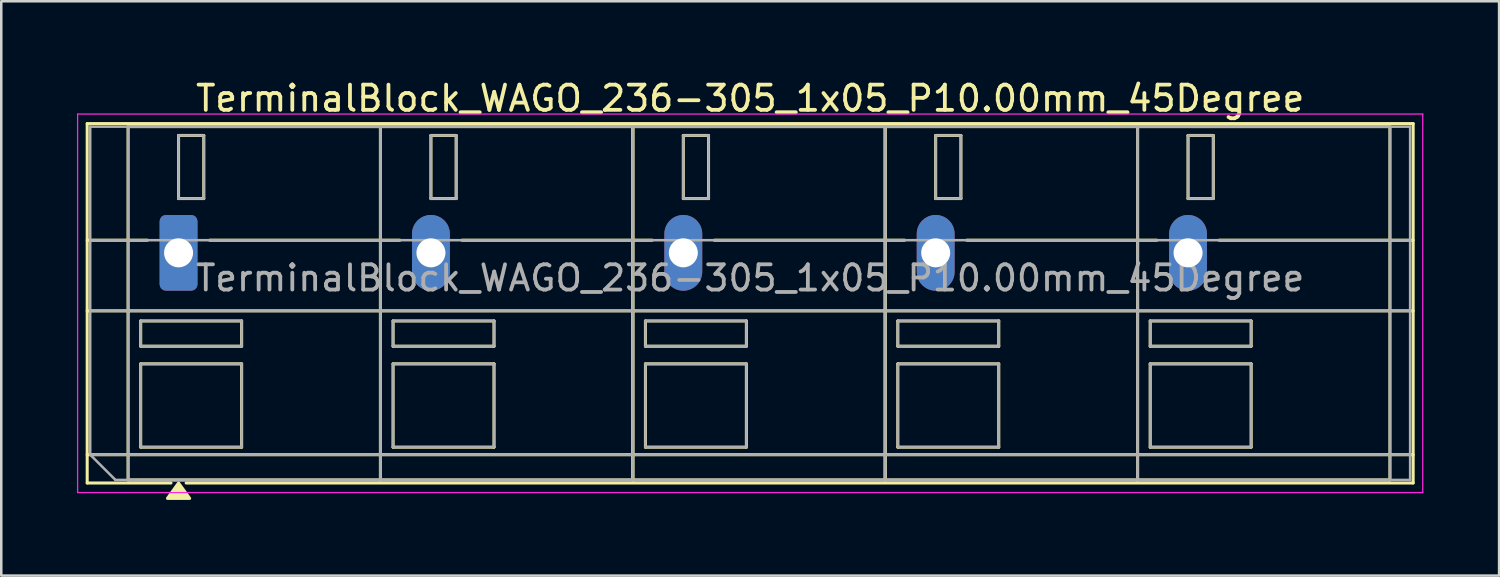
<source format=kicad_pcb>
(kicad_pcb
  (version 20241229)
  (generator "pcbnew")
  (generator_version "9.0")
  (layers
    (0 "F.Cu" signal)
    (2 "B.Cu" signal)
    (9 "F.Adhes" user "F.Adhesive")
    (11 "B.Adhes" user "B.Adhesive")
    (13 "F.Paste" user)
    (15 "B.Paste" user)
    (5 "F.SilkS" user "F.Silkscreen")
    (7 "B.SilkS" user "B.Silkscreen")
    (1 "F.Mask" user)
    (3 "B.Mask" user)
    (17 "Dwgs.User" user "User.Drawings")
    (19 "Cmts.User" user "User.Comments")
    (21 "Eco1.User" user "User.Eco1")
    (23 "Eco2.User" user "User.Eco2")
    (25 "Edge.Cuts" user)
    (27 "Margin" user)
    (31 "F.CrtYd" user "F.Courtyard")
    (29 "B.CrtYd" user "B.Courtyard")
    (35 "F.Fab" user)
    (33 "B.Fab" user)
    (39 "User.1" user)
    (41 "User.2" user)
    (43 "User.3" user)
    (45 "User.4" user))
  (footprint "TerminalBlock_WAGO_236-305_1x05_P10.00mm_45Degree"
    (layer "F.Cu")
    (at 4.025 6.968)
    (property "Reference" "TerminalBlock_WAGO_236-305_1x05_P10.00mm_45Degree" (at 22.65 -6.12 0) (layer "F.SilkS") (effects (font (size 1 1) (thickness 0.15))))
    (attr through_hole)
    (fp_line (start -3.62 -5.12) (end 48.92 -5.12) (stroke (width 0.12) (type solid)) (layer "F.SilkS"))
    (fp_line (start -3.62 -0.5) (end -1.23 -0.5) (stroke (width 0.12) (type solid)) (layer "F.SilkS"))
    (fp_line (start -3.62 2.3) (end 48.92 2.3) (stroke (width 0.12) (type solid)) (layer "F.SilkS"))
    (fp_line (start -3.62 8) (end 48.92 8) (stroke (width 0.12) (type solid)) (layer "F.SilkS"))
    (fp_line (start -3.62 9.12) (end -3.62 -5.12) (stroke (width 0.12) (type solid)) (layer "F.SilkS"))
    (fp_line (start -2 -5) (end 8 -5) (stroke (width 0.12) (type solid)) (layer "F.SilkS"))
    (fp_line (start -2 9) (end -2 -5) (stroke (width 0.12) (type solid)) (layer "F.SilkS"))
    (fp_line (start -1.5 2.7) (end 2.5 2.7) (stroke (width 0.12) (type solid)) (layer "F.SilkS"))
    (fp_line (start -1.5 3.7) (end -1.5 2.7) (stroke (width 0.12) (type solid)) (layer "F.SilkS"))
    (fp_line (start -1.5 4.4) (end 2.5 4.4) (stroke (width 0.12) (type solid)) (layer "F.SilkS"))
    (fp_line (start -1.5 7.7) (end -1.5 4.4) (stroke (width 0.12) (type solid)) (layer "F.SilkS"))
    (fp_line (start -0.3 9.12) (end -3.62 9.12) (stroke (width 0.12) (type solid)) (layer "F.SilkS"))
    (fp_line (start 0 -4.65) (end 1 -4.65) (stroke (width 0.12) (type solid)) (layer "F.SilkS"))
    (fp_line (start 0 -2.15) (end 0 -4.65) (stroke (width 0.12) (type solid)) (layer "F.SilkS"))
    (fp_line (start 1 -4.65) (end 1 -2.15) (stroke (width 0.12) (type solid)) (layer "F.SilkS"))
    (fp_line (start 1 -2.15) (end 0 -2.15) (stroke (width 0.12) (type solid)) (layer "F.SilkS"))
    (fp_line (start 1.23 -0.5) (end 8.77 -0.5) (stroke (width 0.12) (type solid)) (layer "F.SilkS"))
    (fp_line (start 2.5 2.7) (end 2.5 3.7) (stroke (width 0.12) (type solid)) (layer "F.SilkS"))
    (fp_line (start 2.5 3.7) (end -1.5 3.7) (stroke (width 0.12) (type solid)) (layer "F.SilkS"))
    (fp_line (start 2.5 4.4) (end 2.5 7.7) (stroke (width 0.12) (type solid)) (layer "F.SilkS"))
    (fp_line (start 2.5 7.7) (end -1.5 7.7) (stroke (width 0.12) (type solid)) (layer "F.SilkS"))
    (fp_line (start 8 -5) (end 8 9) (stroke (width 0.12) (type solid)) (layer "F.SilkS"))
    (fp_line (start 8 -5) (end 18 -5) (stroke (width 0.12) (type solid)) (layer "F.SilkS"))
    (fp_line (start 8 9) (end -2 9) (stroke (width 0.12) (type solid)) (layer "F.SilkS"))
    (fp_line (start 8 9) (end 8 -5) (stroke (width 0.12) (type solid)) (layer "F.SilkS"))
    (fp_line (start 8.5 2.7) (end 12.5 2.7) (stroke (width 0.12) (type solid)) (layer "F.SilkS"))
    (fp_line (start 8.5 3.7) (end 8.5 2.7) (stroke (width 0.12) (type solid)) (layer "F.SilkS"))
    (fp_line (start 8.5 4.4) (end 12.5 4.4) (stroke (width 0.12) (type solid)) (layer "F.SilkS"))
    (fp_line (start 8.5 7.7) (end 8.5 4.4) (stroke (width 0.12) (type solid)) (layer "F.SilkS"))
    (fp_line (start 10 -4.65) (end 11 -4.65) (stroke (width 0.12) (type solid)) (layer "F.SilkS"))
    (fp_line (start 10 -2.15) (end 10 -4.65) (stroke (width 0.12) (type solid)) (layer "F.SilkS"))
    (fp_line (start 11 -4.65) (end 11 -2.15) (stroke (width 0.12) (type solid)) (layer "F.SilkS"))
    (fp_line (start 11 -2.15) (end 10 -2.15) (stroke (width 0.12) (type solid)) (layer "F.SilkS"))
    (fp_line (start 11.23 -0.5) (end 18.77 -0.5) (stroke (width 0.12) (type solid)) (layer "F.SilkS"))
    (fp_line (start 12.5 2.7) (end 12.5 3.7) (stroke (width 0.12) (type solid)) (layer "F.SilkS"))
    (fp_line (start 12.5 3.7) (end 8.5 3.7) (stroke (width 0.12) (type solid)) (layer "F.SilkS"))
    (fp_line (start 12.5 4.4) (end 12.5 7.7) (stroke (width 0.12) (type solid)) (layer "F.SilkS"))
    (fp_line (start 12.5 7.7) (end 8.5 7.7) (stroke (width 0.12) (type solid)) (layer "F.SilkS"))
    (fp_line (start 18 -5) (end 18 9) (stroke (width 0.12) (type solid)) (layer "F.SilkS"))
    (fp_line (start 18 -5) (end 28 -5) (stroke (width 0.12) (type solid)) (layer "F.SilkS"))
    (fp_line (start 18 9) (end 8 9) (stroke (width 0.12) (type solid)) (layer "F.SilkS"))
    (fp_line (start 18 9) (end 18 -5) (stroke (width 0.12) (type solid)) (layer "F.SilkS"))
    (fp_line (start 18.5 2.7) (end 22.5 2.7) (stroke (width 0.12) (type solid)) (layer "F.SilkS"))
    (fp_line (start 18.5 3.7) (end 18.5 2.7) (stroke (width 0.12) (type solid)) (layer "F.SilkS"))
    (fp_line (start 18.5 4.4) (end 22.5 4.4) (stroke (width 0.12) (type solid)) (layer "F.SilkS"))
    (fp_line (start 18.5 7.7) (end 18.5 4.4) (stroke (width 0.12) (type solid)) (layer "F.SilkS"))
    (fp_line (start 20 -4.65) (end 21 -4.65) (stroke (width 0.12) (type solid)) (layer "F.SilkS"))
    (fp_line (start 20 -2.15) (end 20 -4.65) (stroke (width 0.12) (type solid)) (layer "F.SilkS"))
    (fp_line (start 21 -4.65) (end 21 -2.15) (stroke (width 0.12) (type solid)) (layer "F.SilkS"))
    (fp_line (start 21 -2.15) (end 20 -2.15) (stroke (width 0.12) (type solid)) (layer "F.SilkS"))
    (fp_line (start 21.23 -0.5) (end 28.77 -0.5) (stroke (width 0.12) (type solid)) (layer "F.SilkS"))
    (fp_line (start 22.5 2.7) (end 22.5 3.7) (stroke (width 0.12) (type solid)) (layer "F.SilkS"))
    (fp_line (start 22.5 3.7) (end 18.5 3.7) (stroke (width 0.12) (type solid)) (layer "F.SilkS"))
    (fp_line (start 22.5 4.4) (end 22.5 7.7) (stroke (width 0.12) (type solid)) (layer "F.SilkS"))
    (fp_line (start 22.5 7.7) (end 18.5 7.7) (stroke (width 0.12) (type solid)) (layer "F.SilkS"))
    (fp_line (start 28 -5) (end 28 9) (stroke (width 0.12) (type solid)) (layer "F.SilkS"))
    (fp_line (start 28 -5) (end 38 -5) (stroke (width 0.12) (type solid)) (layer "F.SilkS"))
    (fp_line (start 28 9) (end 18 9) (stroke (width 0.12) (type solid)) (layer "F.SilkS"))
    (fp_line (start 28 9) (end 28 -5) (stroke (width 0.12) (type solid)) (layer "F.SilkS"))
    (fp_line (start 28.5 2.7) (end 32.5 2.7) (stroke (width 0.12) (type solid)) (layer "F.SilkS"))
    (fp_line (start 28.5 3.7) (end 28.5 2.7) (stroke (width 0.12) (type solid)) (layer "F.SilkS"))
    (fp_line (start 28.5 4.4) (end 32.5 4.4) (stroke (width 0.12) (type solid)) (layer "F.SilkS"))
    (fp_line (start 28.5 7.7) (end 28.5 4.4) (stroke (width 0.12) (type solid)) (layer "F.SilkS"))
    (fp_line (start 30 -4.65) (end 31 -4.65) (stroke (width 0.12) (type solid)) (layer "F.SilkS"))
    (fp_line (start 30 -2.15) (end 30 -4.65) (stroke (width 0.12) (type solid)) (layer "F.SilkS"))
    (fp_line (start 31 -4.65) (end 31 -2.15) (stroke (width 0.12) (type solid)) (layer "F.SilkS"))
    (fp_line (start 31 -2.15) (end 30 -2.15) (stroke (width 0.12) (type solid)) (layer "F.SilkS"))
    (fp_line (start 31.23 -0.5) (end 38.77 -0.5) (stroke (width 0.12) (type solid)) (layer "F.SilkS"))
    (fp_line (start 32.5 2.7) (end 32.5 3.7) (stroke (width 0.12) (type solid)) (layer "F.SilkS"))
    (fp_line (start 32.5 3.7) (end 28.5 3.7) (stroke (width 0.12) (type solid)) (layer "F.SilkS"))
    (fp_line (start 32.5 4.4) (end 32.5 7.7) (stroke (width 0.12) (type solid)) (layer "F.SilkS"))
    (fp_line (start 32.5 7.7) (end 28.5 7.7) (stroke (width 0.12) (type solid)) (layer "F.SilkS"))
    (fp_line (start 38 -5) (end 38 9) (stroke (width 0.12) (type solid)) (layer "F.SilkS"))
    (fp_line (start 38 -5) (end 48 -5) (stroke (width 0.12) (type solid)) (layer "F.SilkS"))
    (fp_line (start 38 9) (end 28 9) (stroke (width 0.12) (type solid)) (layer "F.SilkS"))
    (fp_line (start 38 9) (end 38 -5) (stroke (width 0.12) (type solid)) (layer "F.SilkS"))
    (fp_line (start 38.5 2.7) (end 42.5 2.7) (stroke (width 0.12) (type solid)) (layer "F.SilkS"))
    (fp_line (start 38.5 3.7) (end 38.5 2.7) (stroke (width 0.12) (type solid)) (layer "F.SilkS"))
    (fp_line (start 38.5 4.4) (end 42.5 4.4) (stroke (width 0.12) (type solid)) (layer "F.SilkS"))
    (fp_line (start 38.5 7.7) (end 38.5 4.4) (stroke (width 0.12) (type solid)) (layer "F.SilkS"))
    (fp_line (start 40 -4.65) (end 41 -4.65) (stroke (width 0.12) (type solid)) (layer "F.SilkS"))
    (fp_line (start 40 -2.15) (end 40 -4.65) (stroke (width 0.12) (type solid)) (layer "F.SilkS"))
    (fp_line (start 41 -4.65) (end 41 -2.15) (stroke (width 0.12) (type solid)) (layer "F.SilkS"))
    (fp_line (start 41 -2.15) (end 40 -2.15) (stroke (width 0.12) (type solid)) (layer "F.SilkS"))
    (fp_line (start 41.23 -0.5) (end 48.92 -0.5) (stroke (width 0.12) (type solid)) (layer "F.SilkS"))
    (fp_line (start 42.5 2.7) (end 42.5 3.7) (stroke (width 0.12) (type solid)) (layer "F.SilkS"))
    (fp_line (start 42.5 3.7) (end 38.5 3.7) (stroke (width 0.12) (type solid)) (layer "F.SilkS"))
    (fp_line (start 42.5 4.4) (end 42.5 7.7) (stroke (width 0.12) (type solid)) (layer "F.SilkS"))
    (fp_line (start 42.5 7.7) (end 38.5 7.7) (stroke (width 0.12) (type solid)) (layer "F.SilkS"))
    (fp_line (start 48 -5) (end 48 9) (stroke (width 0.12) (type solid)) (layer "F.SilkS"))
    (fp_line (start 48 9) (end 38 9) (stroke (width 0.12) (type solid)) (layer "F.SilkS"))
    (fp_line (start 48.92 -5.12) (end 48.92 9.12) (stroke (width 0.12) (type solid)) (layer "F.SilkS"))
    (fp_line (start 48.92 9.12) (end 0.3 9.12) (stroke (width 0.12) (type solid)) (layer "F.SilkS"))
    (fp_poly (pts (xy 0 9.12) (xy 0.44 9.73) (xy -0.44 9.73)) (stroke (width 0.12) (type solid)) (fill yes) (layer "F.SilkS"))
    (fp_line (start -4 -5.5) (end -4 9.5) (stroke (width 0.05) (type solid)) (layer "F.CrtYd"))
    (fp_line (start -4 9.5) (end 49.3 9.5) (stroke (width 0.05) (type solid)) (layer "F.CrtYd"))
    (fp_line (start 49.3 -5.5) (end -4 -5.5) (stroke (width 0.05) (type solid)) (layer "F.CrtYd"))
    (fp_line (start 49.3 9.5) (end 49.3 -5.5) (stroke (width 0.05) (type solid)) (layer "F.CrtYd"))
    (fp_line (start -3.5 -5) (end 48.8 -5) (stroke (width 0.1) (type solid)) (layer "F.Fab"))
    (fp_line (start -3.5 -0.5) (end 48.8 -0.5) (stroke (width 0.1) (type solid)) (layer "F.Fab"))
    (fp_line (start -3.5 2.3) (end 48.8 2.3) (stroke (width 0.1) (type solid)) (layer "F.Fab"))
    (fp_line (start -3.5 8) (end -3.5 -5) (stroke (width 0.1) (type solid)) (layer "F.Fab"))
    (fp_line (start -3.5 8) (end 48.8 8) (stroke (width 0.1) (type solid)) (layer "F.Fab"))
    (fp_line (start -2.5 9) (end -3.5 8) (stroke (width 0.1) (type solid)) (layer "F.Fab"))
    (fp_line (start -2 -5) (end -2 9) (stroke (width 0.1) (type solid)) (layer "F.Fab"))
    (fp_line (start -2 9) (end 8 9) (stroke (width 0.1) (type solid)) (layer "F.Fab"))
    (fp_line (start -1.5 2.7) (end -1.5 3.7) (stroke (width 0.1) (type solid)) (layer "F.Fab"))
    (fp_line (start -1.5 3.7) (end 2.5 3.7) (stroke (width 0.1) (type solid)) (layer "F.Fab"))
    (fp_line (start -1.5 4.4) (end -1.5 7.7) (stroke (width 0.1) (type solid)) (layer "F.Fab"))
    (fp_line (start -1.5 7.7) (end 2.5 7.7) (stroke (width 0.1) (type solid)) (layer "F.Fab"))
    (fp_line (start 0 -4.65) (end 0 -2.15) (stroke (width 0.1) (type solid)) (layer "F.Fab"))
    (fp_line (start 0 -2.15) (end 1 -2.15) (stroke (width 0.1) (type solid)) (layer "F.Fab"))
    (fp_line (start 1 -4.65) (end 0 -4.65) (stroke (width 0.1) (type solid)) (layer "F.Fab"))
    (fp_line (start 1 -2.15) (end 1 -4.65) (stroke (width 0.1) (type solid)) (layer "F.Fab"))
    (fp_line (start 2.5 2.7) (end -1.5 2.7) (stroke (width 0.1) (type solid)) (layer "F.Fab"))
    (fp_line (start 2.5 3.7) (end 2.5 2.7) (stroke (width 0.1) (type solid)) (layer "F.Fab"))
    (fp_line (start 2.5 4.4) (end -1.5 4.4) (stroke (width 0.1) (type solid)) (layer "F.Fab"))
    (fp_line (start 2.5 7.7) (end 2.5 4.4) (stroke (width 0.1) (type solid)) (layer "F.Fab"))
    (fp_line (start 8 -5) (end -2 -5) (stroke (width 0.1) (type solid)) (layer "F.Fab"))
    (fp_line (start 8 -5) (end 8 9) (stroke (width 0.1) (type solid)) (layer "F.Fab"))
    (fp_line (start 8 9) (end 8 -5) (stroke (width 0.1) (type solid)) (layer "F.Fab"))
    (fp_line (start 8 9) (end 18 9) (stroke (width 0.1) (type solid)) (layer "F.Fab"))
    (fp_line (start 8.5 2.7) (end 8.5 3.7) (stroke (width 0.1) (type solid)) (layer "F.Fab"))
    (fp_line (start 8.5 3.7) (end 12.5 3.7) (stroke (width 0.1) (type solid)) (layer "F.Fab"))
    (fp_line (start 8.5 4.4) (end 8.5 7.7) (stroke (width 0.1) (type solid)) (layer "F.Fab"))
    (fp_line (start 8.5 7.7) (end 12.5 7.7) (stroke (width 0.1) (type solid)) (layer "F.Fab"))
    (fp_line (start 10 -4.65) (end 10 -2.15) (stroke (width 0.1) (type solid)) (layer "F.Fab"))
    (fp_line (start 10 -2.15) (end 11 -2.15) (stroke (width 0.1) (type solid)) (layer "F.Fab"))
    (fp_line (start 11 -4.65) (end 10 -4.65) (stroke (width 0.1) (type solid)) (layer "F.Fab"))
    (fp_line (start 11 -2.15) (end 11 -4.65) (stroke (width 0.1) (type solid)) (layer "F.Fab"))
    (fp_line (start 12.5 2.7) (end 8.5 2.7) (stroke (width 0.1) (type solid)) (layer "F.Fab"))
    (fp_line (start 12.5 3.7) (end 12.5 2.7) (stroke (width 0.1) (type solid)) (layer "F.Fab"))
    (fp_line (start 12.5 4.4) (end 8.5 4.4) (stroke (width 0.1) (type solid)) (layer "F.Fab"))
    (fp_line (start 12.5 7.7) (end 12.5 4.4) (stroke (width 0.1) (type solid)) (layer "F.Fab"))
    (fp_line (start 18 -5) (end 8 -5) (stroke (width 0.1) (type solid)) (layer "F.Fab"))
    (fp_line (start 18 -5) (end 18 9) (stroke (width 0.1) (type solid)) (layer "F.Fab"))
    (fp_line (start 18 9) (end 18 -5) (stroke (width 0.1) (type solid)) (layer "F.Fab"))
    (fp_line (start 18 9) (end 28 9) (stroke (width 0.1) (type solid)) (layer "F.Fab"))
    (fp_line (start 18.5 2.7) (end 18.5 3.7) (stroke (width 0.1) (type solid)) (layer "F.Fab"))
    (fp_line (start 18.5 3.7) (end 22.5 3.7) (stroke (width 0.1) (type solid)) (layer "F.Fab"))
    (fp_line (start 18.5 4.4) (end 18.5 7.7) (stroke (width 0.1) (type solid)) (layer "F.Fab"))
    (fp_line (start 18.5 7.7) (end 22.5 7.7) (stroke (width 0.1) (type solid)) (layer "F.Fab"))
    (fp_line (start 20 -4.65) (end 20 -2.15) (stroke (width 0.1) (type solid)) (layer "F.Fab"))
    (fp_line (start 20 -2.15) (end 21 -2.15) (stroke (width 0.1) (type solid)) (layer "F.Fab"))
    (fp_line (start 21 -4.65) (end 20 -4.65) (stroke (width 0.1) (type solid)) (layer "F.Fab"))
    (fp_line (start 21 -2.15) (end 21 -4.65) (stroke (width 0.1) (type solid)) (layer "F.Fab"))
    (fp_line (start 22.5 2.7) (end 18.5 2.7) (stroke (width 0.1) (type solid)) (layer "F.Fab"))
    (fp_line (start 22.5 3.7) (end 22.5 2.7) (stroke (width 0.1) (type solid)) (layer "F.Fab"))
    (fp_line (start 22.5 4.4) (end 18.5 4.4) (stroke (width 0.1) (type solid)) (layer "F.Fab"))
    (fp_line (start 22.5 7.7) (end 22.5 4.4) (stroke (width 0.1) (type solid)) (layer "F.Fab"))
    (fp_line (start 28 -5) (end 18 -5) (stroke (width 0.1) (type solid)) (layer "F.Fab"))
    (fp_line (start 28 -5) (end 28 9) (stroke (width 0.1) (type solid)) (layer "F.Fab"))
    (fp_line (start 28 9) (end 28 -5) (stroke (width 0.1) (type solid)) (layer "F.Fab"))
    (fp_line (start 28 9) (end 38 9) (stroke (width 0.1) (type solid)) (layer "F.Fab"))
    (fp_line (start 28.5 2.7) (end 28.5 3.7) (stroke (width 0.1) (type solid)) (layer "F.Fab"))
    (fp_line (start 28.5 3.7) (end 32.5 3.7) (stroke (width 0.1) (type solid)) (layer "F.Fab"))
    (fp_line (start 28.5 4.4) (end 28.5 7.7) (stroke (width 0.1) (type solid)) (layer "F.Fab"))
    (fp_line (start 28.5 7.7) (end 32.5 7.7) (stroke (width 0.1) (type solid)) (layer "F.Fab"))
    (fp_line (start 30 -4.65) (end 30 -2.15) (stroke (width 0.1) (type solid)) (layer "F.Fab"))
    (fp_line (start 30 -2.15) (end 31 -2.15) (stroke (width 0.1) (type solid)) (layer "F.Fab"))
    (fp_line (start 31 -4.65) (end 30 -4.65) (stroke (width 0.1) (type solid)) (layer "F.Fab"))
    (fp_line (start 31 -2.15) (end 31 -4.65) (stroke (width 0.1) (type solid)) (layer "F.Fab"))
    (fp_line (start 32.5 2.7) (end 28.5 2.7) (stroke (width 0.1) (type solid)) (layer "F.Fab"))
    (fp_line (start 32.5 3.7) (end 32.5 2.7) (stroke (width 0.1) (type solid)) (layer "F.Fab"))
    (fp_line (start 32.5 4.4) (end 28.5 4.4) (stroke (width 0.1) (type solid)) (layer "F.Fab"))
    (fp_line (start 32.5 7.7) (end 32.5 4.4) (stroke (width 0.1) (type solid)) (layer "F.Fab"))
    (fp_line (start 38 -5) (end 28 -5) (stroke (width 0.1) (type solid)) (layer "F.Fab"))
    (fp_line (start 38 -5) (end 38 9) (stroke (width 0.1) (type solid)) (layer "F.Fab"))
    (fp_line (start 38 9) (end 38 -5) (stroke (width 0.1) (type solid)) (layer "F.Fab"))
    (fp_line (start 38 9) (end 48 9) (stroke (width 0.1) (type solid)) (layer "F.Fab"))
    (fp_line (start 38.5 2.7) (end 38.5 3.7) (stroke (width 0.1) (type solid)) (layer "F.Fab"))
    (fp_line (start 38.5 3.7) (end 42.5 3.7) (stroke (width 0.1) (type solid)) (layer "F.Fab"))
    (fp_line (start 38.5 4.4) (end 38.5 7.7) (stroke (width 0.1) (type solid)) (layer "F.Fab"))
    (fp_line (start 38.5 7.7) (end 42.5 7.7) (stroke (width 0.1) (type solid)) (layer "F.Fab"))
    (fp_line (start 40 -4.65) (end 40 -2.15) (stroke (width 0.1) (type solid)) (layer "F.Fab"))
    (fp_line (start 40 -2.15) (end 41 -2.15) (stroke (width 0.1) (type solid)) (layer "F.Fab"))
    (fp_line (start 41 -4.65) (end 40 -4.65) (stroke (width 0.1) (type solid)) (layer "F.Fab"))
    (fp_line (start 41 -2.15) (end 41 -4.65) (stroke (width 0.1) (type solid)) (layer "F.Fab"))
    (fp_line (start 42.5 2.7) (end 38.5 2.7) (stroke (width 0.1) (type solid)) (layer "F.Fab"))
    (fp_line (start 42.5 3.7) (end 42.5 2.7) (stroke (width 0.1) (type solid)) (layer "F.Fab"))
    (fp_line (start 42.5 4.4) (end 38.5 4.4) (stroke (width 0.1) (type solid)) (layer "F.Fab"))
    (fp_line (start 42.5 7.7) (end 42.5 4.4) (stroke (width 0.1) (type solid)) (layer "F.Fab"))
    (fp_line (start 48 -5) (end 38 -5) (stroke (width 0.1) (type solid)) (layer "F.Fab"))
    (fp_line (start 48 9) (end 48 -5) (stroke (width 0.1) (type solid)) (layer "F.Fab"))
    (fp_line (start 48.8 -5) (end 48.8 9) (stroke (width 0.1) (type solid)) (layer "F.Fab"))
    (fp_line (start 48.8 9) (end -2.5 9) (stroke (width 0.1) (type solid)) (layer "F.Fab"))
    (fp_text user "${REFERENCE}" (at 22.65 1 0) (layer "F.Fab") (effects (font (size 1 1) (thickness 0.15))))
    (pad "1" thru_hole roundrect (at 0 0) (size 1.5 3) (drill 1.15) (layers "*.Cu" "*.Mask") (roundrect_rratio 0.167))
    (pad "2" thru_hole oval (at 10 0) (size 1.5 3) (drill 1.15) (layers "*.Cu" "*.Mask"))
    (pad "3" thru_hole oval (at 20 0) (size 1.5 3) (drill 1.15) (layers "*.Cu" "*.Mask"))
    (pad "4" thru_hole oval (at 30 0) (size 1.5 3) (drill 1.15) (layers "*.Cu" "*.Mask"))
    (pad "5" thru_hole oval (at 40 0) (size 1.5 3) (drill 1.15) (layers "*.Cu" "*.Mask")))
  (gr_rect
    (start -3 -3)
    (end 56.35 19.758)
    (stroke (width 0.1) (type default))
    (fill no)
    (layer "Edge.Cuts")))
</source>
